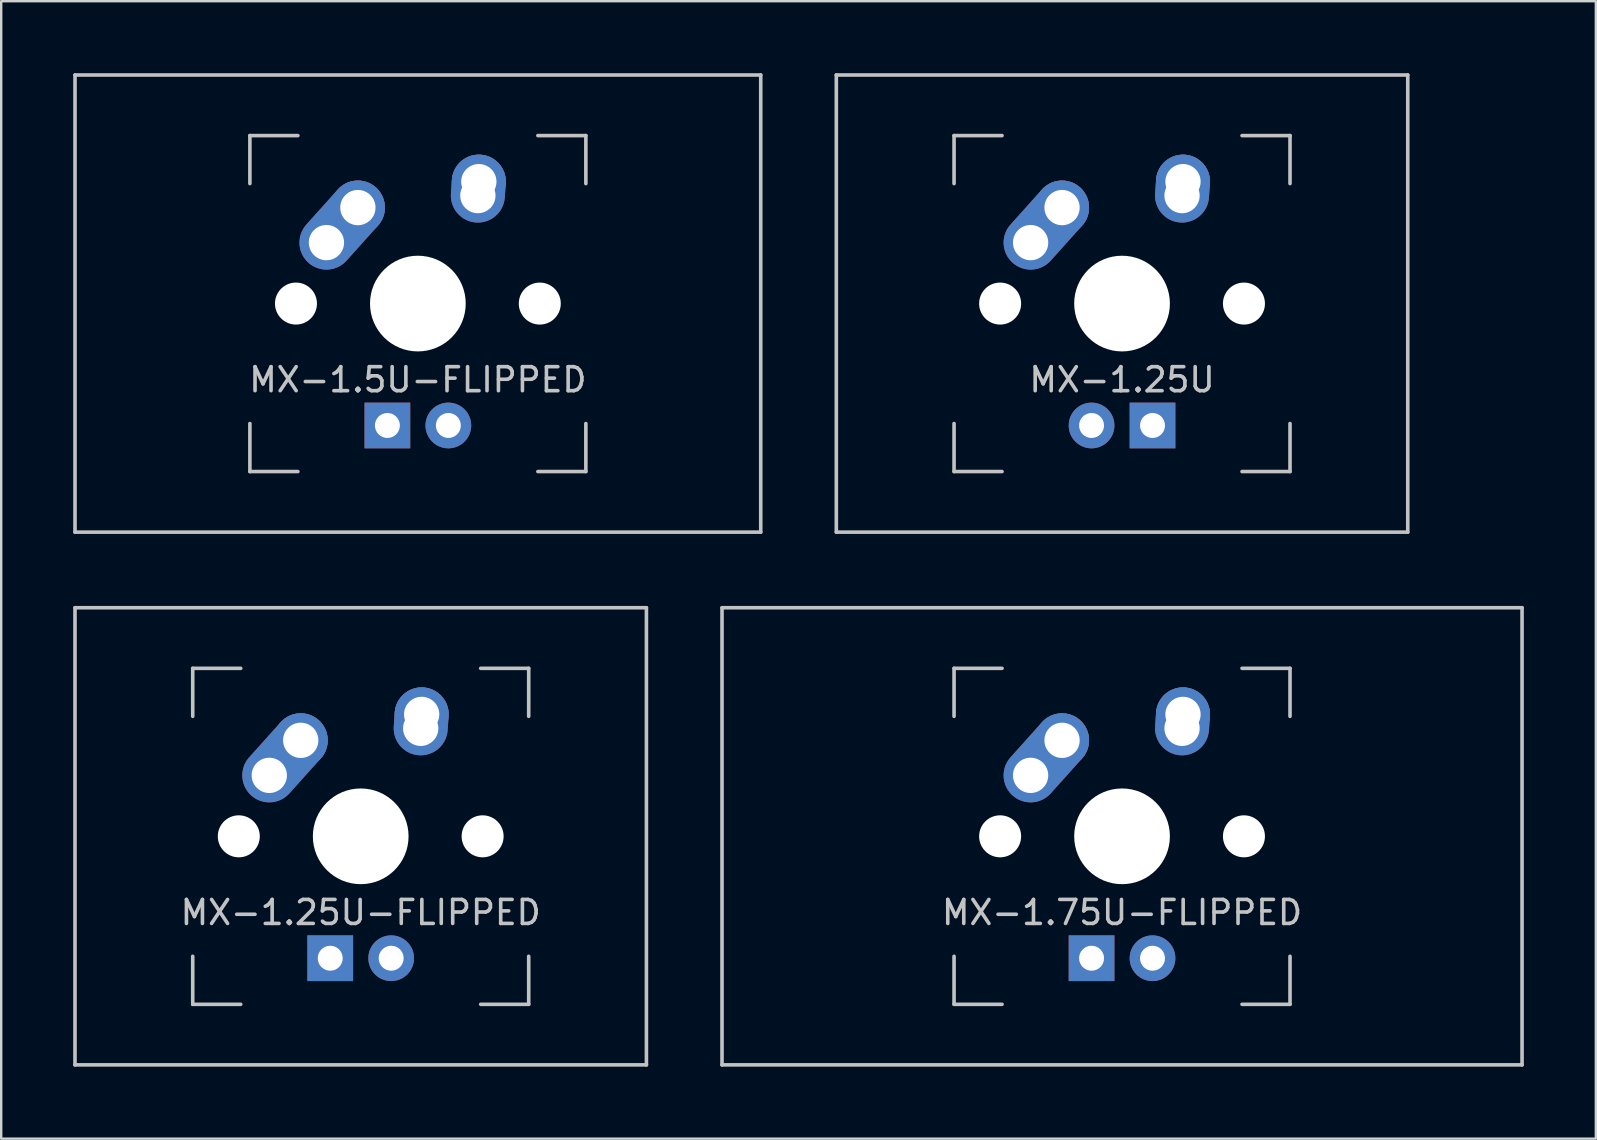
<source format=kicad_pcb>
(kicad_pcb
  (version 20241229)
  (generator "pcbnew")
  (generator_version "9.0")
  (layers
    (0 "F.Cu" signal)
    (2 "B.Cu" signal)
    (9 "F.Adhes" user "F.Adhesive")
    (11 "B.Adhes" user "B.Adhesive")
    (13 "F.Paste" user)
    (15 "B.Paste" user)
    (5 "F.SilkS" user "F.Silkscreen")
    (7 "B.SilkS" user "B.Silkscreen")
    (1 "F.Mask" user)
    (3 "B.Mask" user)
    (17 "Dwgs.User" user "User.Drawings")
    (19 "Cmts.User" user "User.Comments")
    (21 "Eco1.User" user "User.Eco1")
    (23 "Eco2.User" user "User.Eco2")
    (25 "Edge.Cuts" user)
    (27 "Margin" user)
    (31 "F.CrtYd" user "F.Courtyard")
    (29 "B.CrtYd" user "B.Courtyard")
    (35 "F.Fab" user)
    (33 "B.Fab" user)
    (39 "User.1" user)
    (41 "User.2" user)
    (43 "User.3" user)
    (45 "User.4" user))
  (footprint "MX-1.25U-FLIPPED"
    (layer "F.Cu")
    (at 11.981 31.8)
    (property "Reference" "MX-1.25U-FLIPPED" (at 0 3.175 0) (layer "Dwgs.User") (effects (font (size 1 1) (thickness 0.15))))
    (attr through_hole)
    (fp_line (start -11.906 -9.525) (end 11.906 -9.525) (stroke (width 0.15) (type solid)) (layer "Dwgs.User"))
    (fp_line (start -11.906 9.525) (end -11.906 -9.525) (stroke (width 0.15) (type solid)) (layer "Dwgs.User"))
    (fp_line (start -7 -7) (end -7 -5) (stroke (width 0.15) (type solid)) (layer "Dwgs.User"))
    (fp_line (start -7 5) (end -7 7) (stroke (width 0.15) (type solid)) (layer "Dwgs.User"))
    (fp_line (start -7 7) (end -5 7) (stroke (width 0.15) (type solid)) (layer "Dwgs.User"))
    (fp_line (start -5 -7) (end -7 -7) (stroke (width 0.15) (type solid)) (layer "Dwgs.User"))
    (fp_line (start 5 -7) (end 7 -7) (stroke (width 0.15) (type solid)) (layer "Dwgs.User"))
    (fp_line (start 5 7) (end 7 7) (stroke (width 0.15) (type solid)) (layer "Dwgs.User"))
    (fp_line (start 7 -7) (end 7 -5) (stroke (width 0.15) (type solid)) (layer "Dwgs.User"))
    (fp_line (start 7 7) (end 7 5) (stroke (width 0.15) (type solid)) (layer "Dwgs.User"))
    (fp_line (start 11.906 -9.525) (end 11.906 9.525) (stroke (width 0.15) (type solid)) (layer "Dwgs.User"))
    (fp_line (start 11.906 9.525) (end -11.906 9.525) (stroke (width 0.15) (type solid)) (layer "Dwgs.User"))
    (pad "" np_thru_hole circle (at -5.08 0 48.1) (size 1.75 1.75) (drill 1.75) (layers "*.Cu" "*.Mask"))
    (pad "" np_thru_hole circle (at 0 0) (size 3.988 3.988) (drill 3.988) (layers "*.Cu" "*.Mask"))
    (pad "" np_thru_hole circle (at 5.08 0 48.1) (size 1.75 1.75) (drill 1.75) (layers "*.Cu" "*.Mask"))
    (pad "1" thru_hole oval (at -3.81 -2.54 48.1) (size 4.212 2.25) (drill 1.47 (offset 0.981 0)) (layers "*.Cu" "B.Mask"))
    (pad "1" thru_hole circle (at -2.5 -4) (size 2.25 2.25) (drill 1.47) (layers "*.Cu" "B.Mask"))
    (pad "2" thru_hole oval (at 2.5 -4.5 86.055) (size 2.831 2.25) (drill 1.47 (offset 0.291 0)) (layers "*.Cu" "B.Mask"))
    (pad "2" thru_hole circle (at 2.54 -5.08) (size 2.25 2.25) (drill 1.47) (layers "*.Cu" "B.Mask"))
    (pad "3" thru_hole circle (at 1.27 5.08) (size 1.905 1.905) (drill 1.04) (layers "*.Cu" "B.Mask"))
    (pad "4" thru_hole rect (at -1.27 5.08) (size 1.905 1.905) (drill 1.04) (layers "*.Cu" "B.Mask")))
  (footprint "MX-1.25U"
    (layer "F.Cu")
    (at 43.706 9.6)
    (property "Reference" "MX-1.25U" (at 0 3.175 0) (layer "Dwgs.User") (effects (font (size 1 1) (thickness 0.15))))
    (attr through_hole)
    (fp_line (start -11.906 -9.525) (end 11.906 -9.525) (stroke (width 0.15) (type solid)) (layer "Dwgs.User"))
    (fp_line (start -11.906 9.525) (end -11.906 -9.525) (stroke (width 0.15) (type solid)) (layer "Dwgs.User"))
    (fp_line (start -7 -7) (end -7 -5) (stroke (width 0.15) (type solid)) (layer "Dwgs.User"))
    (fp_line (start -7 5) (end -7 7) (stroke (width 0.15) (type solid)) (layer "Dwgs.User"))
    (fp_line (start -7 7) (end -5 7) (stroke (width 0.15) (type solid)) (layer "Dwgs.User"))
    (fp_line (start -5 -7) (end -7 -7) (stroke (width 0.15) (type solid)) (layer "Dwgs.User"))
    (fp_line (start 5 -7) (end 7 -7) (stroke (width 0.15) (type solid)) (layer "Dwgs.User"))
    (fp_line (start 5 7) (end 7 7) (stroke (width 0.15) (type solid)) (layer "Dwgs.User"))
    (fp_line (start 7 -7) (end 7 -5) (stroke (width 0.15) (type solid)) (layer "Dwgs.User"))
    (fp_line (start 7 7) (end 7 5) (stroke (width 0.15) (type solid)) (layer "Dwgs.User"))
    (fp_line (start 11.906 -9.525) (end 11.906 9.525) (stroke (width 0.15) (type solid)) (layer "Dwgs.User"))
    (fp_line (start 11.906 9.525) (end -11.906 9.525) (stroke (width 0.15) (type solid)) (layer "Dwgs.User"))
    (pad "" np_thru_hole circle (at -5.08 0 48.1) (size 1.75 1.75) (drill 1.75) (layers "*.Cu" "*.Mask"))
    (pad "" np_thru_hole circle (at 0 0) (size 3.988 3.988) (drill 3.988) (layers "*.Cu" "*.Mask"))
    (pad "" np_thru_hole circle (at 5.08 0 48.1) (size 1.75 1.75) (drill 1.75) (layers "*.Cu" "*.Mask"))
    (pad "1" thru_hole oval (at -3.81 -2.54 48.1) (size 4.212 2.25) (drill 1.47 (offset 0.981 0)) (layers "*.Cu" "B.Mask"))
    (pad "1" thru_hole circle (at -2.5 -4) (size 2.25 2.25) (drill 1.47) (layers "*.Cu" "B.Mask"))
    (pad "2" thru_hole oval (at 2.5 -4.5 86.055) (size 2.831 2.25) (drill 1.47 (offset 0.291 0)) (layers "*.Cu" "B.Mask"))
    (pad "2" thru_hole circle (at 2.54 -5.08) (size 2.25 2.25) (drill 1.47) (layers "*.Cu" "B.Mask"))
    (pad "3" thru_hole circle (at -1.27 5.08) (size 1.905 1.905) (drill 1.04) (layers "*.Cu" "B.Mask"))
    (pad "4" thru_hole rect (at 1.27 5.08) (size 1.905 1.905) (drill 1.04) (layers "*.Cu" "B.Mask")))
  (footprint "MX-1.5U-FLIPPED"
    (layer "F.Cu")
    (at 14.363 9.6)
    (property "Reference" "MX-1.5U-FLIPPED" (at 0 3.175 0) (layer "Dwgs.User") (effects (font (size 1 1) (thickness 0.15))))
    (attr through_hole)
    (fp_line (start -14.287 -9.525) (end 14.287 -9.525) (stroke (width 0.15) (type solid)) (layer "Dwgs.User"))
    (fp_line (start -14.287 9.525) (end -14.287 -9.525) (stroke (width 0.15) (type solid)) (layer "Dwgs.User"))
    (fp_line (start -7 -7) (end -7 -5) (stroke (width 0.15) (type solid)) (layer "Dwgs.User"))
    (fp_line (start -7 5) (end -7 7) (stroke (width 0.15) (type solid)) (layer "Dwgs.User"))
    (fp_line (start -7 7) (end -5 7) (stroke (width 0.15) (type solid)) (layer "Dwgs.User"))
    (fp_line (start -5 -7) (end -7 -7) (stroke (width 0.15) (type solid)) (layer "Dwgs.User"))
    (fp_line (start 5 -7) (end 7 -7) (stroke (width 0.15) (type solid)) (layer "Dwgs.User"))
    (fp_line (start 5 7) (end 7 7) (stroke (width 0.15) (type solid)) (layer "Dwgs.User"))
    (fp_line (start 7 -7) (end 7 -5) (stroke (width 0.15) (type solid)) (layer "Dwgs.User"))
    (fp_line (start 7 7) (end 7 5) (stroke (width 0.15) (type solid)) (layer "Dwgs.User"))
    (fp_line (start 14.287 -9.525) (end 14.287 9.525) (stroke (width 0.15) (type solid)) (layer "Dwgs.User"))
    (fp_line (start 14.287 9.525) (end -14.287 9.525) (stroke (width 0.15) (type solid)) (layer "Dwgs.User"))
    (pad "" np_thru_hole circle (at -5.08 0 48.1) (size 1.75 1.75) (drill 1.75) (layers "*.Cu" "*.Mask"))
    (pad "" np_thru_hole circle (at 0 0) (size 3.988 3.988) (drill 3.988) (layers "*.Cu" "*.Mask"))
    (pad "" np_thru_hole circle (at 5.08 0 48.1) (size 1.75 1.75) (drill 1.75) (layers "*.Cu" "*.Mask"))
    (pad "1" thru_hole oval (at -3.81 -2.54 48.1) (size 4.212 2.25) (drill 1.47 (offset 0.981 0)) (layers "*.Cu" "B.Mask"))
    (pad "1" thru_hole circle (at -2.5 -4) (size 2.25 2.25) (drill 1.47) (layers "*.Cu" "B.Mask"))
    (pad "2" thru_hole oval (at 2.5 -4.5 86.055) (size 2.831 2.25) (drill 1.47 (offset 0.291 0)) (layers "*.Cu" "B.Mask"))
    (pad "2" thru_hole circle (at 2.54 -5.08) (size 2.25 2.25) (drill 1.47) (layers "*.Cu" "B.Mask"))
    (pad "3" thru_hole circle (at 1.27 5.08) (size 1.905 1.905) (drill 1.04) (layers "*.Cu" "B.Mask"))
    (pad "4" thru_hole rect (at -1.27 5.08) (size 1.905 1.905) (drill 1.04) (layers "*.Cu" "B.Mask")))
  (footprint "MX-1.75U-FLIPPED"
    (layer "F.Cu")
    (at 43.706 31.8)
    (property "Reference" "MX-1.75U-FLIPPED" (at 0 3.175 0) (layer "Dwgs.User") (effects (font (size 1 1) (thickness 0.15))))
    (attr through_hole)
    (fp_line (start -16.669 -9.525) (end 16.669 -9.525) (stroke (width 0.15) (type solid)) (layer "Dwgs.User"))
    (fp_line (start -16.669 9.525) (end -16.669 -9.525) (stroke (width 0.15) (type solid)) (layer "Dwgs.User"))
    (fp_line (start -7 -7) (end -7 -5) (stroke (width 0.15) (type solid)) (layer "Dwgs.User"))
    (fp_line (start -7 5) (end -7 7) (stroke (width 0.15) (type solid)) (layer "Dwgs.User"))
    (fp_line (start -7 7) (end -5 7) (stroke (width 0.15) (type solid)) (layer "Dwgs.User"))
    (fp_line (start -5 -7) (end -7 -7) (stroke (width 0.15) (type solid)) (layer "Dwgs.User"))
    (fp_line (start 5 -7) (end 7 -7) (stroke (width 0.15) (type solid)) (layer "Dwgs.User"))
    (fp_line (start 5 7) (end 7 7) (stroke (width 0.15) (type solid)) (layer "Dwgs.User"))
    (fp_line (start 7 -7) (end 7 -5) (stroke (width 0.15) (type solid)) (layer "Dwgs.User"))
    (fp_line (start 7 7) (end 7 5) (stroke (width 0.15) (type solid)) (layer "Dwgs.User"))
    (fp_line (start 16.669 -9.525) (end 16.669 9.525) (stroke (width 0.15) (type solid)) (layer "Dwgs.User"))
    (fp_line (start 16.669 9.525) (end -16.669 9.525) (stroke (width 0.15) (type solid)) (layer "Dwgs.User"))
    (pad "" np_thru_hole circle (at -5.08 0 48.1) (size 1.75 1.75) (drill 1.75) (layers "*.Cu" "*.Mask"))
    (pad "" np_thru_hole circle (at 0 0) (size 3.988 3.988) (drill 3.988) (layers "*.Cu" "*.Mask"))
    (pad "" np_thru_hole circle (at 5.08 0 48.1) (size 1.75 1.75) (drill 1.75) (layers "*.Cu" "*.Mask"))
    (pad "1" thru_hole oval (at -3.81 -2.54 48.1) (size 4.212 2.25) (drill 1.47 (offset 0.981 0)) (layers "*.Cu" "B.Mask"))
    (pad "1" thru_hole circle (at -2.5 -4) (size 2.25 2.25) (drill 1.47) (layers "*.Cu" "B.Mask"))
    (pad "2" thru_hole oval (at 2.5 -4.5 86.055) (size 2.831 2.25) (drill 1.47 (offset 0.291 0)) (layers "*.Cu" "B.Mask"))
    (pad "2" thru_hole circle (at 2.54 -5.08) (size 2.25 2.25) (drill 1.47) (layers "*.Cu" "B.Mask"))
    (pad "3" thru_hole circle (at 1.27 5.08) (size 1.905 1.905) (drill 1.04) (layers "*.Cu" "B.Mask"))
    (pad "4" thru_hole rect (at -1.27 5.08) (size 1.905 1.905) (drill 1.04) (layers "*.Cu" "B.Mask")))
  (gr_rect
    (start -3 -3)
    (end 63.45 44.4)
    (stroke (width 0.1) (type default))
    (fill no)
    (layer "Edge.Cuts")))
</source>
